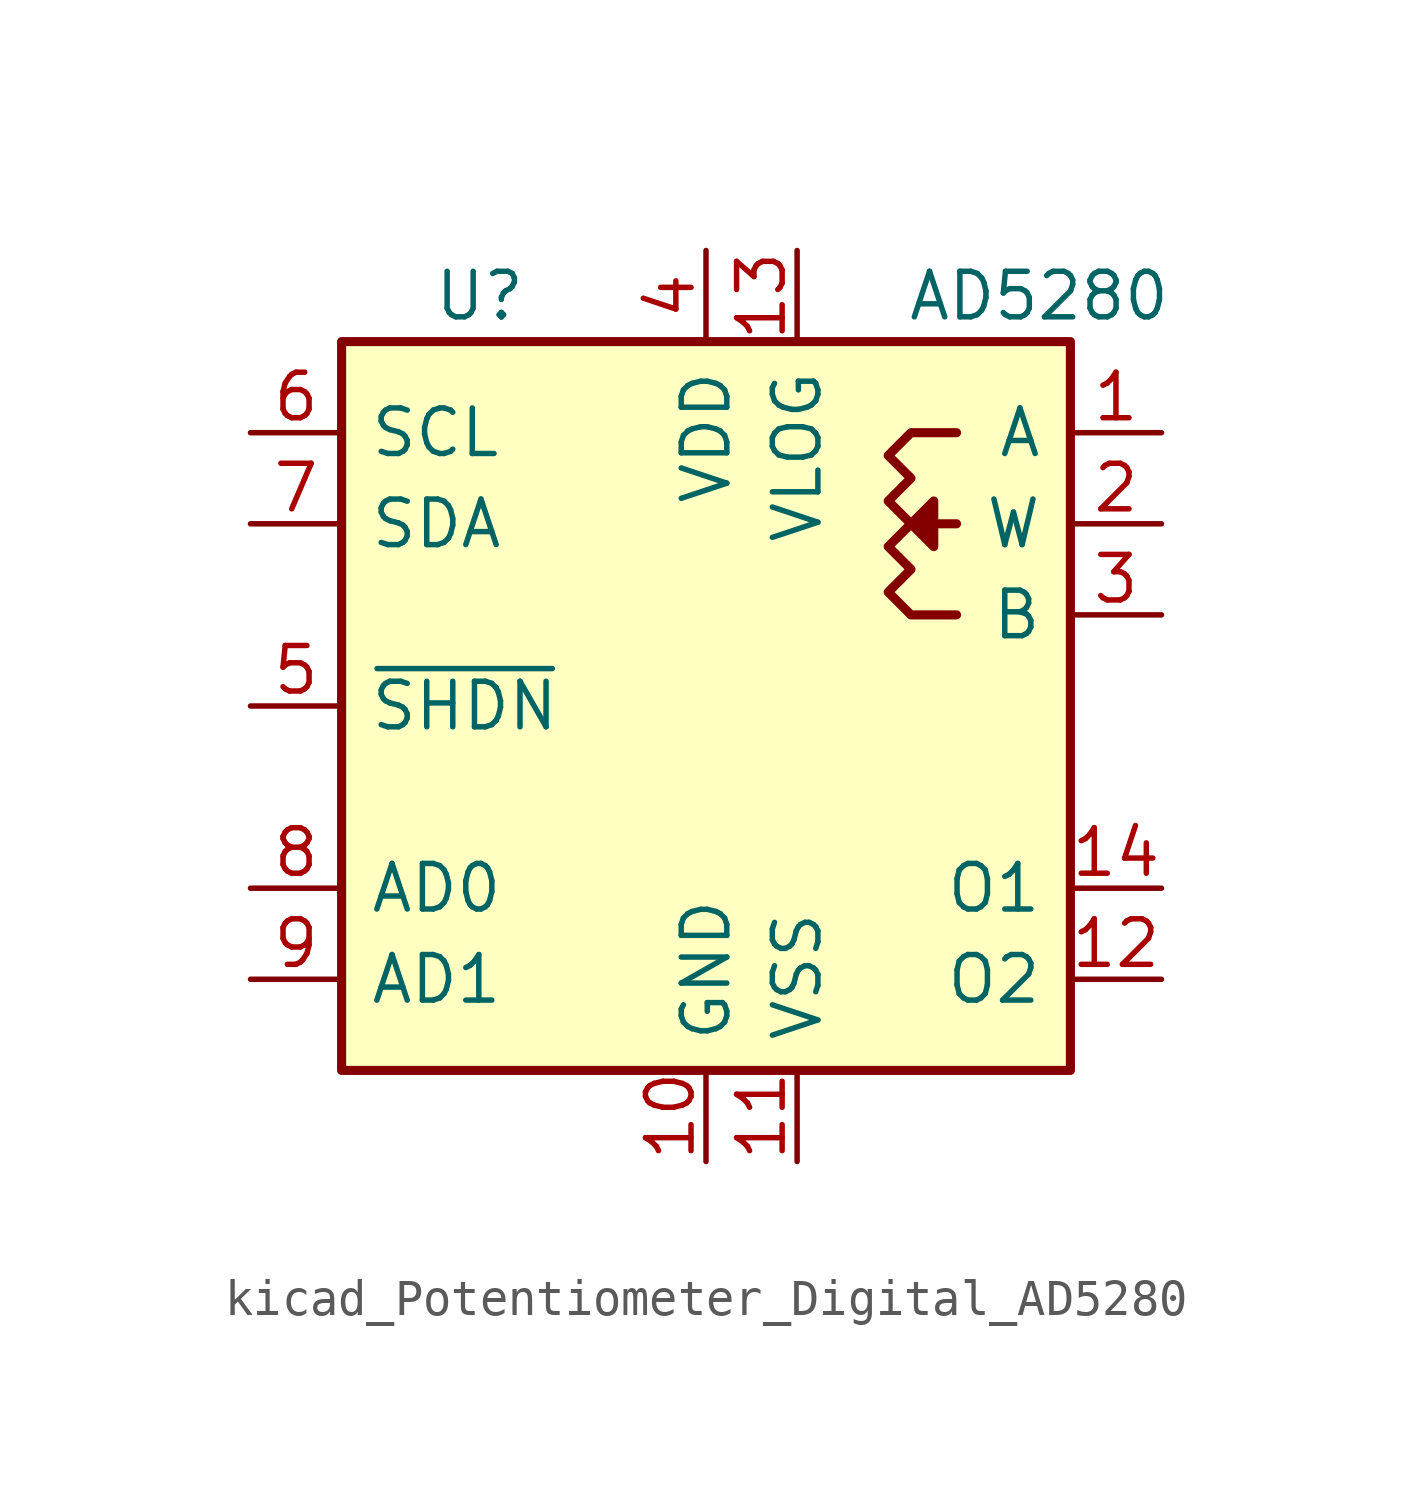
<source format=kicad_sym>
(kicad_symbol_lib
  (version 20220914)
  (generator kicad_symbol_editor)
  (symbol "kicad_Potentiometer_Digital_AD5280"
    (pin_names
      (offset 0.762))
    (property "Reference" "U"
      (at -7.62 11.43 0)
      (effects (font (size 1.27 1.27)) (justify left)))
    (property "Value" "AD5280"
      (at 5.588 11.43 0)
      (effects (font (size 1.27 1.27)) (justify left)))
    (symbol "kicad_Potentiometer_Digital_AD5280_0_1"
      (rectangle (start -10.16 10.16) (end 10.16 -10.16) (stroke (width 0.254) (type default)) (fill (type background)))
      (polyline (pts (xy 6.985 5.08) (xy 6.35 5.08) (xy 5.715 5.08) (xy 6.35 5.715) (xy 6.35 4.445) (xy 5.715 5.08)) (stroke (width 0.254) (type default)) (fill (type outline)))
      (polyline (pts (xy 6.985 7.62) (xy 5.715 7.62) (xy 5.08 6.985) (xy 5.715 6.35) (xy 5.08 5.715) (xy 5.715 5.08) (xy 5.08 4.445) (xy 5.715 3.81) (xy 5.08 3.175) (xy 5.715 2.54) (xy 6.985 2.54)) (stroke (width 0.254) (type default)) (fill (type none))))
    (symbol "kicad_Potentiometer_Digital_AD5280_1_1"
      (pin passive line (at 12.7 7.62 180) (length 2.54) (name "A" (effects (font (size 1.27 1.27)))) (number "1" (effects (font (size 1.27 1.27)))))
      (pin power_in line (at 0 -12.7 90) (length 2.54) (name "GND" (effects (font (size 1.27 1.27)))) (number "10" (effects (font (size 1.27 1.27)))))
      (pin power_in line (at 2.54 -12.7 90) (length 2.54) (name "VSS" (effects (font (size 1.27 1.27)))) (number "11" (effects (font (size 1.27 1.27)))))
      (pin output line (at 12.7 -7.62 180) (length 2.54) (name "O2" (effects (font (size 1.27 1.27)))) (number "12" (effects (font (size 1.27 1.27)))))
      (pin power_in line (at 2.54 12.7 270) (length 2.54) (name "VLOG" (effects (font (size 1.27 1.27)))) (number "13" (effects (font (size 1.27 1.27)))))
      (pin output line (at 12.7 -5.08 180) (length 2.54) (name "O1" (effects (font (size 1.27 1.27)))) (number "14" (effects (font (size 1.27 1.27)))))
      (pin passive line (at 12.7 5.08 180) (length 2.54) (name "W" (effects (font (size 1.27 1.27)))) (number "2" (effects (font (size 1.27 1.27)))))
      (pin passive line (at 12.7 2.54 180) (length 2.54) (name "B" (effects (font (size 1.27 1.27)))) (number "3" (effects (font (size 1.27 1.27)))))
      (pin power_in line (at 0 12.7 270) (length 2.54) (name "VDD" (effects (font (size 1.27 1.27)))) (number "4" (effects (font (size 1.27 1.27)))))
      (pin input line (at -12.7 0 0) (length 2.54) (name "~{SHDN}" (effects (font (size 1.27 1.27)))) (number "5" (effects (font (size 1.27 1.27)))))
      (pin input line (at -12.7 7.62 0) (length 2.54) (name "SCL" (effects (font (size 1.27 1.27)))) (number "6" (effects (font (size 1.27 1.27)))))
      (pin bidirectional line (at -12.7 5.08 0) (length 2.54) (name "SDA" (effects (font (size 1.27 1.27)))) (number "7" (effects (font (size 1.27 1.27)))))
      (pin input line (at -12.7 -5.08 0) (length 2.54) (name "AD0" (effects (font (size 1.27 1.27)))) (number "8" (effects (font (size 1.27 1.27)))))
      (pin input line (at -12.7 -7.62 0) (length 2.54) (name "AD1" (effects (font (size 1.27 1.27)))) (number "9" (effects (font (size 1.27 1.27))))))))
</source>
